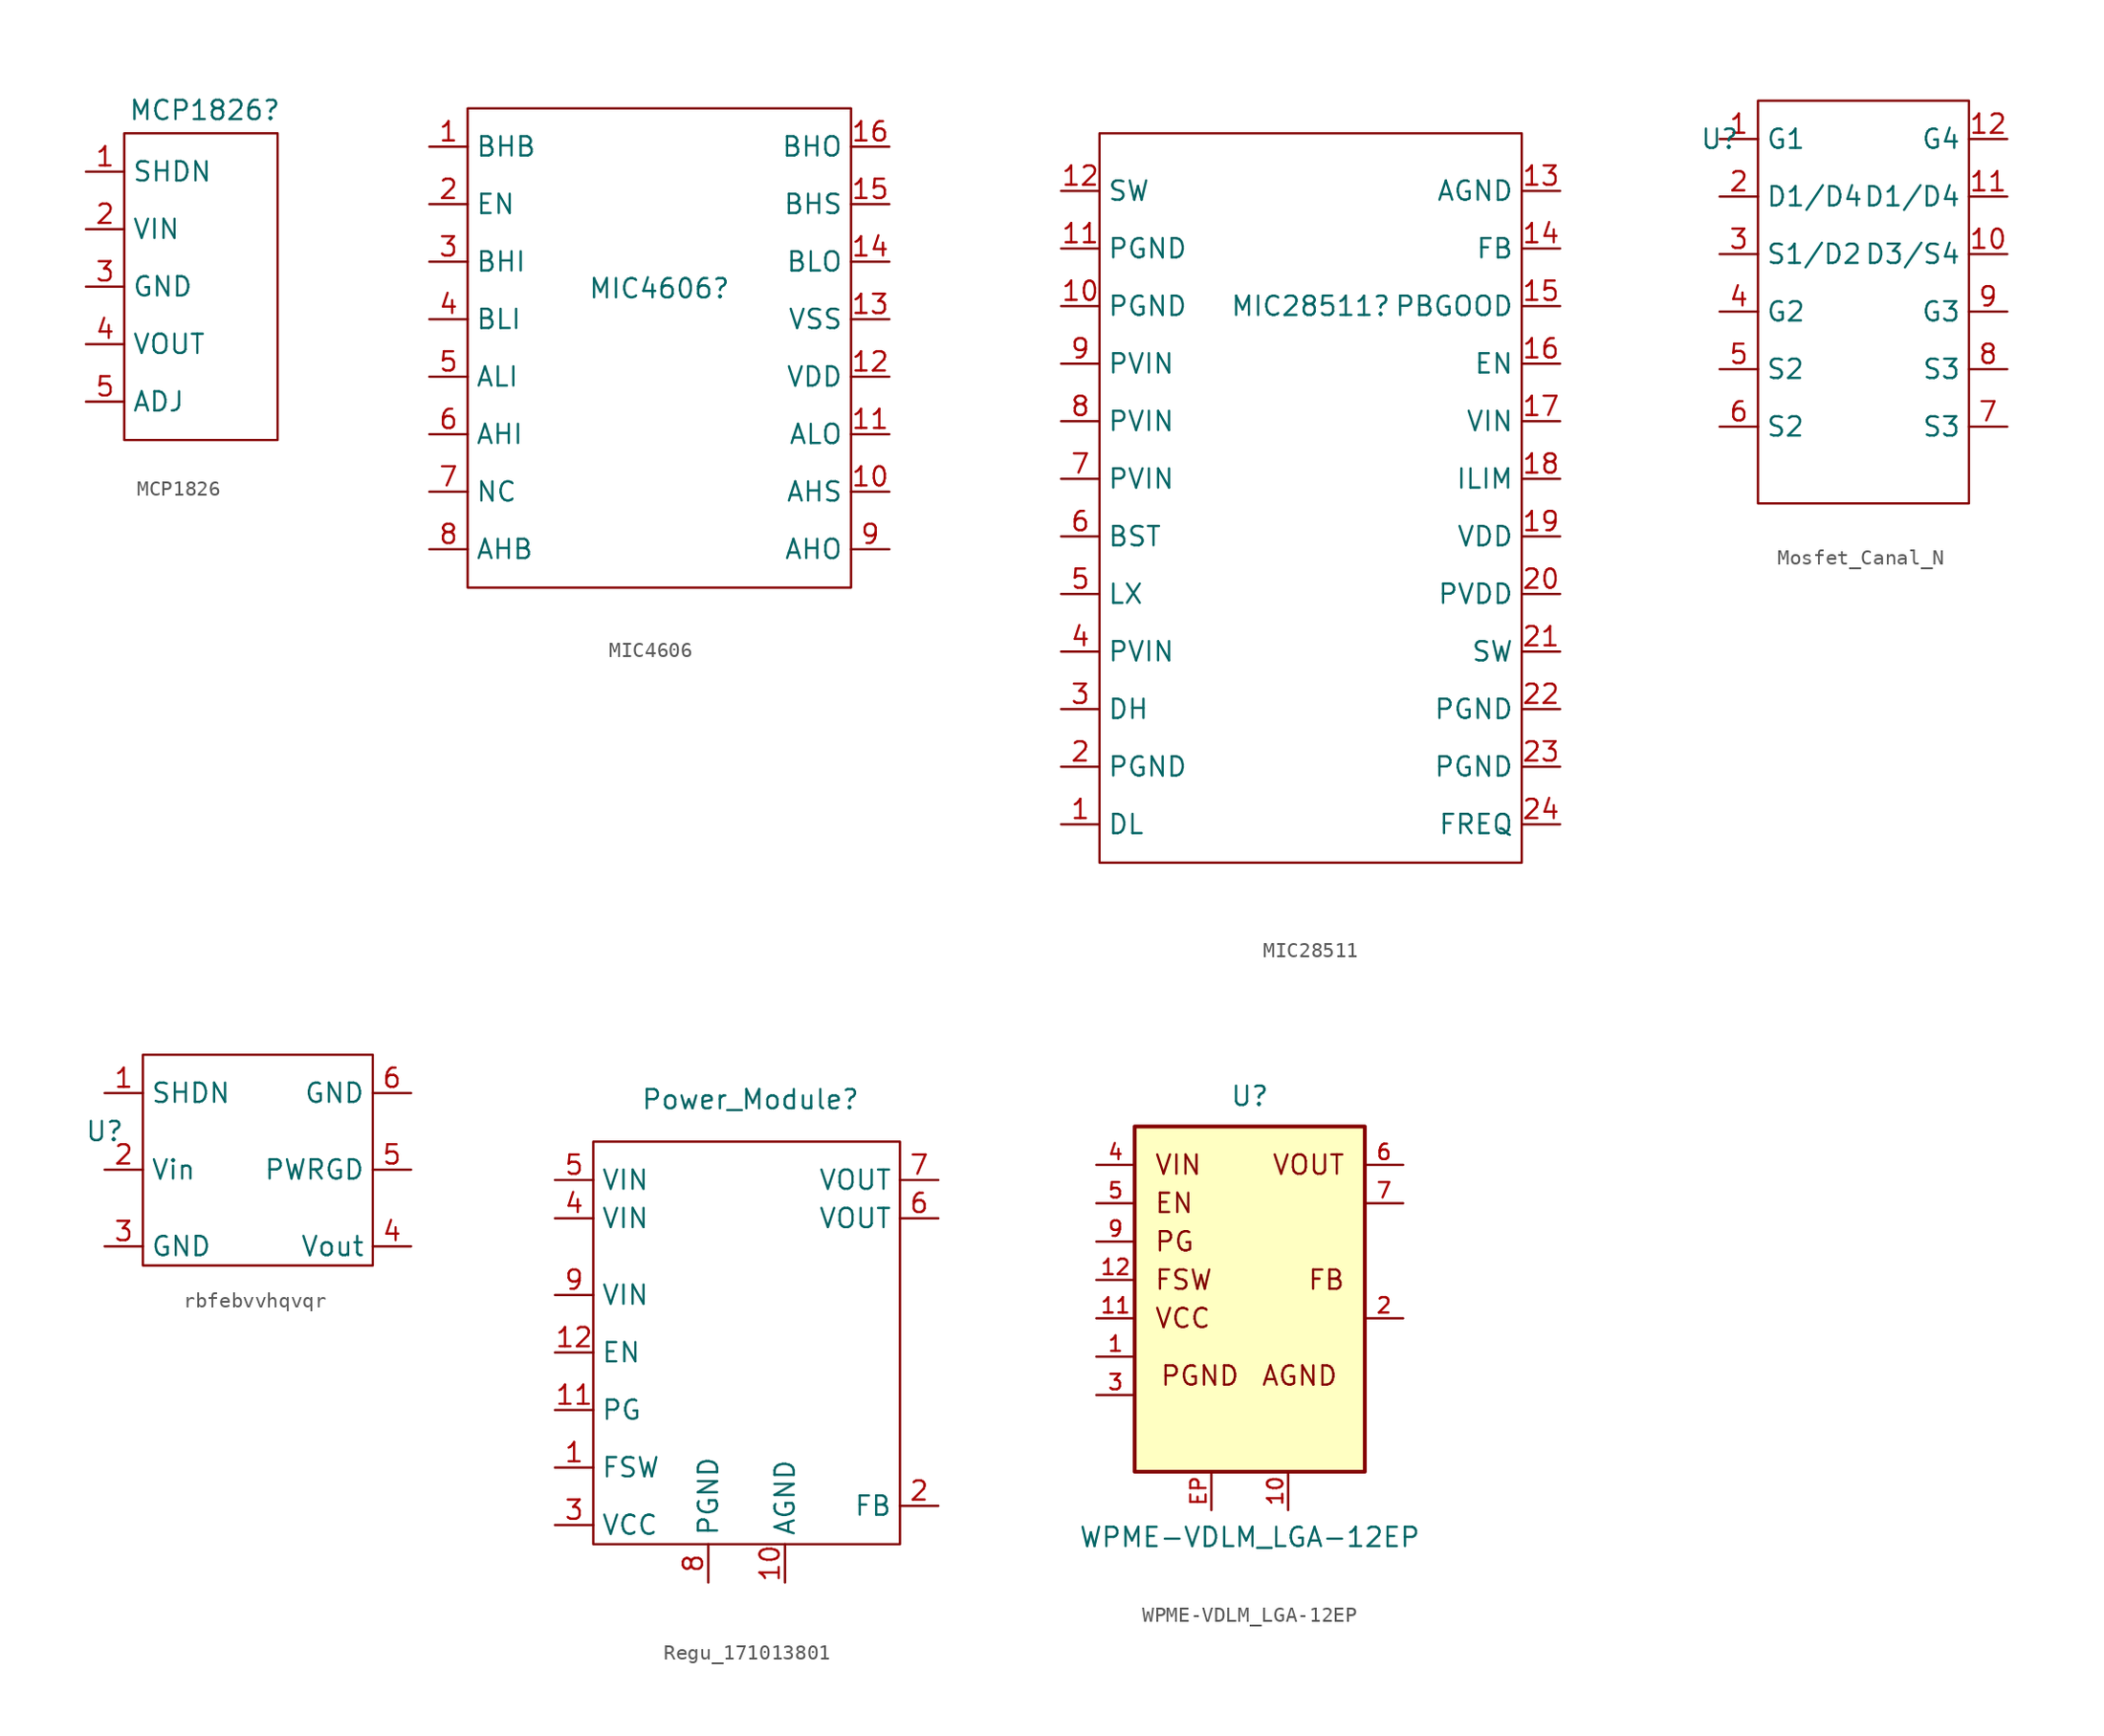
<source format=kicad_sym>
(kicad_symbol_lib
  (version 20231120)
  (generator "kicad_symbol_editor")
  (generator_version "8.0")
  (symbol "MCP1826"
    (property "Reference" "MCP1826"
      (at -1.016 11.684 0)
      (effects (font (size 1.27 1.27))))
    (property "Value" ""
      (at -8.89 5.08 0)
      (effects (font (size 1.27 1.27))))
    (symbol "MCP1826_0_0"
      (pin unspecified line (at -8.89 7.62 0) (length 2.54) (name "SHDN" (effects (font (size 1.27 1.27)))) (number "1" (effects (font (size 1.27 1.27)))))
      (pin unspecified line (at -8.89 3.81 0) (length 2.54) (name "VIN" (effects (font (size 1.27 1.27)))) (number "2" (effects (font (size 1.27 1.27)))))
      (pin unspecified line (at -8.89 0 0) (length 2.54) (name "GND" (effects (font (size 1.27 1.27)))) (number "3" (effects (font (size 1.27 1.27)))))
      (pin unspecified line (at -8.89 -3.81 0) (length 2.54) (name "VOUT" (effects (font (size 1.27 1.27)))) (number "4" (effects (font (size 1.27 1.27)))))
      (pin unspecified line (at -8.89 -7.62 0) (length 2.54) (name "ADJ" (effects (font (size 1.27 1.27)))) (number "5" (effects (font (size 1.27 1.27))))))
    (symbol "MCP1826_0_1"
      (rectangle (start -6.35 10.16) (end 3.81 -10.16) (stroke (width 0) (type default)) (fill (type none)))))
  (symbol "MIC4606"
    (property "Reference" "MIC4606"
      (at 0 5.842 0)
      (effects (font (size 1.27 1.27))))
    (property "Value" ""
      (at -16.51 15.24 0)
      (effects (font (size 1.27 1.27))))
    (symbol "MIC4606_0_0"
      (pin unspecified line (at -15.24 15.24 0) (length 2.54) (name "BHB" (effects (font (size 1.27 1.27)))) (number "1" (effects (font (size 1.27 1.27)))))
      (pin unspecified line (at 15.24 -7.62 180) (length 2.54) (name "AHS" (effects (font (size 1.27 1.27)))) (number "10" (effects (font (size 1.27 1.27)))))
      (pin unspecified line (at 15.24 -3.81 180) (length 2.54) (name "ALO" (effects (font (size 1.27 1.27)))) (number "11" (effects (font (size 1.27 1.27)))))
      (pin unspecified line (at 15.24 0 180) (length 2.54) (name "VDD" (effects (font (size 1.27 1.27)))) (number "12" (effects (font (size 1.27 1.27)))))
      (pin unspecified line (at 15.24 3.81 180) (length 2.54) (name "VSS" (effects (font (size 1.27 1.27)))) (number "13" (effects (font (size 1.27 1.27)))))
      (pin unspecified line (at 15.24 7.62 180) (length 2.54) (name "BLO" (effects (font (size 1.27 1.27)))) (number "14" (effects (font (size 1.27 1.27)))))
      (pin unspecified line (at 15.24 11.43 180) (length 2.54) (name "BHS" (effects (font (size 1.27 1.27)))) (number "15" (effects (font (size 1.27 1.27)))))
      (pin unspecified line (at 15.24 15.24 180) (length 2.54) (name "BHO" (effects (font (size 1.27 1.27)))) (number "16" (effects (font (size 1.27 1.27)))))
      (pin unspecified line (at -15.24 11.43 0) (length 2.54) (name "EN" (effects (font (size 1.27 1.27)))) (number "2" (effects (font (size 1.27 1.27)))))
      (pin unspecified line (at -15.24 7.62 0) (length 2.54) (name "BHI" (effects (font (size 1.27 1.27)))) (number "3" (effects (font (size 1.27 1.27)))))
      (pin unspecified line (at -15.24 3.81 0) (length 2.54) (name "BLI" (effects (font (size 1.27 1.27)))) (number "4" (effects (font (size 1.27 1.27)))))
      (pin unspecified line (at -15.24 0 0) (length 2.54) (name "ALI" (effects (font (size 1.27 1.27)))) (number "5" (effects (font (size 1.27 1.27)))))
      (pin unspecified line (at -15.24 -3.81 0) (length 2.54) (name "AHI" (effects (font (size 1.27 1.27)))) (number "6" (effects (font (size 1.27 1.27)))))
      (pin unspecified line (at -15.24 -7.62 0) (length 2.54) (name "NC" (effects (font (size 1.27 1.27)))) (number "7" (effects (font (size 1.27 1.27)))))
      (pin unspecified line (at -15.24 -11.43 0) (length 2.54) (name "AHB" (effects (font (size 1.27 1.27)))) (number "8" (effects (font (size 1.27 1.27)))))
      (pin unspecified line (at 15.24 -11.43 180) (length 2.54) (name "AHO" (effects (font (size 1.27 1.27)))) (number "9" (effects (font (size 1.27 1.27))))))
    (symbol "MIC4606_0_1"
      (rectangle (start -12.7 17.78) (end 12.7 -13.97) (stroke (width 0) (type default)) (fill (type none)))))
  (symbol "MIC28511"
    (property "Reference" "MIC28511"
      (at 0 12.7 0)
      (effects (font (size 1.27 1.27))))
    (property "Value" ""
      (at 0 8.89 0)
      (effects (font (size 1.27 1.27))))
    (symbol "MIC28511_0_0"
      (pin input line (at -16.51 -21.59 0) (length 2.54) (name "DL" (effects (font (size 1.27 1.27)))) (number "1" (effects (font (size 1.27 1.27)))))
      (pin input line (at -16.51 12.7 0) (length 2.54) (name "PGND" (effects (font (size 1.27 1.27)))) (number "10" (effects (font (size 1.27 1.27)))))
      (pin input line (at -16.51 16.51 0) (length 2.54) (name "PGND" (effects (font (size 1.27 1.27)))) (number "11" (effects (font (size 1.27 1.27)))))
      (pin input line (at -16.51 20.32 0) (length 2.54) (name "SW" (effects (font (size 1.27 1.27)))) (number "12" (effects (font (size 1.27 1.27)))))
      (pin input line (at 16.51 20.32 180) (length 2.54) (name "AGND" (effects (font (size 1.27 1.27)))) (number "13" (effects (font (size 1.27 1.27)))))
      (pin input line (at 16.51 16.51 180) (length 2.54) (name "FB" (effects (font (size 1.27 1.27)))) (number "14" (effects (font (size 1.27 1.27)))))
      (pin input line (at 16.51 12.7 180) (length 2.54) (name "PBGOOD" (effects (font (size 1.27 1.27)))) (number "15" (effects (font (size 1.27 1.27)))))
      (pin input line (at 16.51 8.89 180) (length 2.54) (name "EN" (effects (font (size 1.27 1.27)))) (number "16" (effects (font (size 1.27 1.27)))))
      (pin input line (at 16.51 5.08 180) (length 2.54) (name "VIN" (effects (font (size 1.27 1.27)))) (number "17" (effects (font (size 1.27 1.27)))))
      (pin input line (at 16.51 1.27 180) (length 2.54) (name "ILIM" (effects (font (size 1.27 1.27)))) (number "18" (effects (font (size 1.27 1.27)))))
      (pin input line (at -16.51 -17.78 0) (length 2.54) (name "PGND" (effects (font (size 1.27 1.27)))) (number "2" (effects (font (size 1.27 1.27)))))
      (pin input line (at 16.51 -6.35 180) (length 2.54) (name "PVDD" (effects (font (size 1.27 1.27)))) (number "20" (effects (font (size 1.27 1.27)))))
      (pin input line (at 16.51 -10.16 180) (length 2.54) (name "SW" (effects (font (size 1.27 1.27)))) (number "21" (effects (font (size 1.27 1.27)))))
      (pin input line (at 16.51 -13.97 180) (length 2.54) (name "PGND" (effects (font (size 1.27 1.27)))) (number "22" (effects (font (size 1.27 1.27)))))
      (pin input line (at 16.51 -17.78 180) (length 2.54) (name "PGND" (effects (font (size 1.27 1.27)))) (number "23" (effects (font (size 1.27 1.27)))))
      (pin input line (at 16.51 -21.59 180) (length 2.54) (name "FREQ" (effects (font (size 1.27 1.27)))) (number "24" (effects (font (size 1.27 1.27)))))
      (pin input line (at -16.51 -13.97 0) (length 2.54) (name "DH" (effects (font (size 1.27 1.27)))) (number "3" (effects (font (size 1.27 1.27)))))
      (pin input line (at -16.51 -10.16 0) (length 2.54) (name "PVIN" (effects (font (size 1.27 1.27)))) (number "4" (effects (font (size 1.27 1.27)))))
      (pin input line (at -16.51 -6.35 0) (length 2.54) (name "LX" (effects (font (size 1.27 1.27)))) (number "5" (effects (font (size 1.27 1.27)))))
      (pin input line (at -16.51 -2.54 0) (length 2.54) (name "BST" (effects (font (size 1.27 1.27)))) (number "6" (effects (font (size 1.27 1.27)))))
      (pin input line (at -16.51 1.27 0) (length 2.54) (name "PVIN" (effects (font (size 1.27 1.27)))) (number "7" (effects (font (size 1.27 1.27)))))
      (pin input line (at -16.51 5.08 0) (length 2.54) (name "PVIN" (effects (font (size 1.27 1.27)))) (number "8" (effects (font (size 1.27 1.27)))))
      (pin input line (at -16.51 8.89 0) (length 2.54) (name "PVIN" (effects (font (size 1.27 1.27)))) (number "9" (effects (font (size 1.27 1.27))))))
    (symbol "MIC28511_0_1"
      (rectangle (start -13.97 24.13) (end 13.97 -24.13) (stroke (width 0) (type default)) (fill (type none))))
    (symbol "MIC28511_1_0"
      (pin output line (at 16.51 -2.54 180) (length 2.54) (name "VDD" (effects (font (size 1.27 1.27)))) (number "19" (effects (font (size 1.27 1.27)))))))
  (symbol "Mosfet_Canal_N"
    (property "Reference" "U"
      (at -11.43 15.24 0)
      (effects (font (size 1.27 1.27))))
    (property "Value" ""
      (at -11.43 15.24 0)
      (effects (font (size 1.27 1.27))))
    (symbol "Mosfet_Canal_N_0_0"
      (pin unspecified line (at -11.43 15.24 0) (length 2.54) (name "G1" (effects (font (size 1.27 1.27)))) (number "1" (effects (font (size 1.27 1.27)))))
      (pin unspecified line (at 7.62 7.62 180) (length 2.54) (name "D3/S4" (effects (font (size 1.27 1.27)))) (number "10" (effects (font (size 1.27 1.27)))))
      (pin unspecified line (at 7.62 11.43 180) (length 2.54) (name "D1/D4" (effects (font (size 1.27 1.27)))) (number "11" (effects (font (size 1.27 1.27)))))
      (pin unspecified line (at 7.62 15.24 180) (length 2.54) (name "G4" (effects (font (size 1.27 1.27)))) (number "12" (effects (font (size 1.27 1.27)))))
      (pin unspecified line (at -11.43 11.43 0) (length 2.54) (name "D1/D4" (effects (font (size 1.27 1.27)))) (number "2" (effects (font (size 1.27 1.27)))))
      (pin unspecified line (at -11.43 7.62 0) (length 2.54) (name "S1/D2" (effects (font (size 1.27 1.27)))) (number "3" (effects (font (size 1.27 1.27)))))
      (pin unspecified line (at -11.43 3.81 0) (length 2.54) (name "G2" (effects (font (size 1.27 1.27)))) (number "4" (effects (font (size 1.27 1.27)))))
      (pin unspecified line (at -11.43 0 0) (length 2.54) (name "S2" (effects (font (size 1.27 1.27)))) (number "5" (effects (font (size 1.27 1.27)))))
      (pin unspecified line (at -11.43 -3.81 0) (length 2.54) (name "S2" (effects (font (size 1.27 1.27)))) (number "6" (effects (font (size 1.27 1.27)))))
      (pin unspecified line (at 7.62 -3.81 180) (length 2.54) (name "S3" (effects (font (size 1.27 1.27)))) (number "7" (effects (font (size 1.27 1.27)))))
      (pin unspecified line (at 7.62 0 180) (length 2.54) (name "S3" (effects (font (size 1.27 1.27)))) (number "8" (effects (font (size 1.27 1.27)))))
      (pin unspecified line (at 7.62 3.81 180) (length 2.54) (name "G3" (effects (font (size 1.27 1.27)))) (number "9" (effects (font (size 1.27 1.27))))))
    (symbol "Mosfet_Canal_N_0_1"
      (rectangle (start -8.89 17.78) (end 5.08 -8.89) (stroke (width 0) (type default)) (fill (type none)))))
  (symbol "rbfebvvhqvqr"
    (property "Reference" "U"
      (at -8.89 5.08 0)
      (effects (font (size 1.27 1.27))))
    (property "Value" ""
      (at -8.89 5.08 0)
      (effects (font (size 1.27 1.27))))
    (symbol "rbfebvvhqvqr_0_0"
      (pin unspecified line (at -8.89 7.62 0) (length 2.54) (name "SHDN" (effects (font (size 1.27 1.27)))) (number "1" (effects (font (size 1.27 1.27)))))
      (pin unspecified line (at -8.89 2.54 0) (length 2.54) (name "Vin" (effects (font (size 1.27 1.27)))) (number "2" (effects (font (size 1.27 1.27)))))
      (pin unspecified line (at -8.89 -2.54 0) (length 2.54) (name "GND" (effects (font (size 1.27 1.27)))) (number "3" (effects (font (size 1.27 1.27)))))
      (pin unspecified line (at 11.43 -2.54 180) (length 2.54) (name "Vout" (effects (font (size 1.27 1.27)))) (number "4" (effects (font (size 1.27 1.27)))))
      (pin unspecified line (at 11.43 2.54 180) (length 2.54) (name "PWRGD" (effects (font (size 1.27 1.27)))) (number "5" (effects (font (size 1.27 1.27)))))
      (pin unspecified line (at 11.43 7.62 180) (length 2.54) (name "GND" (effects (font (size 1.27 1.27)))) (number "6" (effects (font (size 1.27 1.27))))))
    (symbol "rbfebvvhqvqr_0_1"
      (rectangle (start -6.35 10.16) (end 8.89 -3.81) (stroke (width 0) (type default)) (fill (type none)))))
  (symbol "Regu_171013801"
    (property "Reference" "Power_Module"
      (at 0.254 11.684 0)
      (effects (font (size 1.27 1.27))))
    (property "Value" ""
      (at 12.7 -17.78 0)
      (effects (font (size 1.27 1.27))))
    (symbol "Regu_171013801_0_0"
      (pin unspecified line (at -12.7 -12.7 0) (length 2.54) (name "FSW" (effects (font (size 1.27 1.27)))) (number "1" (effects (font (size 1.27 1.27)))))
      (pin unspecified line (at 2.54 -20.32 90) (length 2.54) (name "AGND" (effects (font (size 1.27 1.27)))) (number "10" (effects (font (size 1.27 1.27)))))
      (pin unspecified line (at -12.7 -8.89 0) (length 2.54) (name "PG" (effects (font (size 1.27 1.27)))) (number "11" (effects (font (size 1.27 1.27)))))
      (pin unspecified line (at -12.7 -5.08 0) (length 2.54) (name "EN" (effects (font (size 1.27 1.27)))) (number "12" (effects (font (size 1.27 1.27)))))
      (pin unspecified line (at 12.7 -15.24 180) (length 2.54) (name "FB" (effects (font (size 1.27 1.27)))) (number "2" (effects (font (size 1.27 1.27)))))
      (pin unspecified line (at -12.7 -16.51 0) (length 2.54) (name "VCC" (effects (font (size 1.27 1.27)))) (number "3" (effects (font (size 1.27 1.27)))))
      (pin unspecified line (at -12.7 3.81 0) (length 2.54) (name "VIN" (effects (font (size 1.27 1.27)))) (number "4" (effects (font (size 1.27 1.27)))))
      (pin unspecified line (at -12.7 6.35 0) (length 2.54) (name "VIN" (effects (font (size 1.27 1.27)))) (number "5" (effects (font (size 1.27 1.27)))))
      (pin unspecified line (at 12.7 3.81 180) (length 2.54) (name "VOUT" (effects (font (size 1.27 1.27)))) (number "6" (effects (font (size 1.27 1.27)))))
      (pin unspecified line (at 12.7 6.35 180) (length 2.54) (name "VOUT" (effects (font (size 1.27 1.27)))) (number "7" (effects (font (size 1.27 1.27)))))
      (pin unspecified line (at -2.54 -20.32 90) (length 2.54) (name "PGND" (effects (font (size 1.27 1.27)))) (number "8" (effects (font (size 1.27 1.27)))))
      (pin unspecified line (at -12.7 -1.27 0) (length 2.54) (name "VIN" (effects (font (size 1.27 1.27)))) (number "9" (effects (font (size 1.27 1.27))))))
    (symbol "Regu_171013801_0_1"
      (rectangle (start -10.16 8.89) (end 10.16 -17.78) (stroke (width 0) (type default)) (fill (type none)))))
  (symbol "WPME-VDLM_LGA-12EP"
    (pin_names
      (offset 1.016))
    (property "Reference" "U"
      (at 0 11.43 0)
      (effects (font (size 1.27 1.27)) (justify bottom)))
    (property "Value" "WPME-VDLM_LGA-12EP"
      (at 0 -17.78 0)
      (effects (font (size 1.27 1.27)) (justify bottom)))
    (symbol "WPME-VDLM_LGA-12EP_0_0"
      (rectangle (start -7.62 10.16) (end 7.62 -12.7) (stroke (width 0.254) (type default)) (fill (type background)))
      (text "AGND" (at 3.302 -6.35 0) (effects (font (size 1.27 1.27))))
      (text "EN" (at -6.35 5.08 0) (effects (font (size 1.27 1.27)) (justify left)))
      (text "FB" (at 6.35 0 0) (effects (font (size 1.27 1.27)) (justify right)))
      (text "FSW" (at -6.35 0 0) (effects (font (size 1.27 1.27)) (justify left)))
      (text "PG" (at -6.35 2.54 0) (effects (font (size 1.27 1.27)) (justify left)))
      (text "PGND" (at -3.302 -6.35 0) (effects (font (size 1.27 1.27))))
      (text "VCC" (at -6.35 -2.54 0) (effects (font (size 1.27 1.27)) (justify left)))
      (text "VIN" (at -6.35 7.62 0) (effects (font (size 1.27 1.27)) (justify left)))
      (text "VOUT" (at 6.35 7.62 0) (effects (font (size 1.27 1.27)) (justify right)))
      (pin passive line (at -10.16 -5.08 0) (length 2.54) (name "~" (effects (font (size 1.016 1.016)))) (number "1" (effects (font (size 1.016 1.016)))))
      (pin passive line (at 2.54 -15.24 90) (length 2.54) (name "~" (effects (font (size 1.016 1.016)))) (number "10" (effects (font (size 1.016 1.016)))))
      (pin passive line (at -10.16 -2.54 0) (length 2.54) (name "~" (effects (font (size 1.016 1.016)))) (number "11" (effects (font (size 1.016 1.016)))))
      (pin passive line (at -10.16 0 0) (length 2.54) (name "~" (effects (font (size 1.016 1.016)))) (number "12" (effects (font (size 1.016 1.016)))))
      (pin passive line (at 10.16 -2.54 180) (length 2.54) (name "~" (effects (font (size 1.016 1.016)))) (number "2" (effects (font (size 1.016 1.016)))))
      (pin passive line (at -10.16 -7.62 0) (length 2.54) (name "~" (effects (font (size 1.016 1.016)))) (number "3" (effects (font (size 1.016 1.016)))))
      (pin passive line (at -10.16 7.62 0) (length 2.54) (name "~" (effects (font (size 1.016 1.016)))) (number "4" (effects (font (size 1.016 1.016)))))
      (pin passive line (at -10.16 5.08 0) (length 2.54) (name "~" (effects (font (size 1.016 1.016)))) (number "5" (effects (font (size 1.016 1.016)))))
      (pin passive line (at 10.16 7.62 180) (length 2.54) (name "~" (effects (font (size 1.016 1.016)))) (number "6" (effects (font (size 1.016 1.016)))))
      (pin passive line (at 10.16 5.08 180) (length 2.54) (name "~" (effects (font (size 1.016 1.016)))) (number "7" (effects (font (size 1.016 1.016)))))
      (pin passive line (at -10.16 2.54 0) (length 2.54) (name "~" (effects (font (size 1.016 1.016)))) (number "9" (effects (font (size 1.016 1.016)))))
      (pin passive line (at -2.54 -15.24 90) (length 2.54) (name "~" (effects (font (size 1.016 1.016)))) (number "EP" (effects (font (size 1.016 1.016))))))))
</source>
